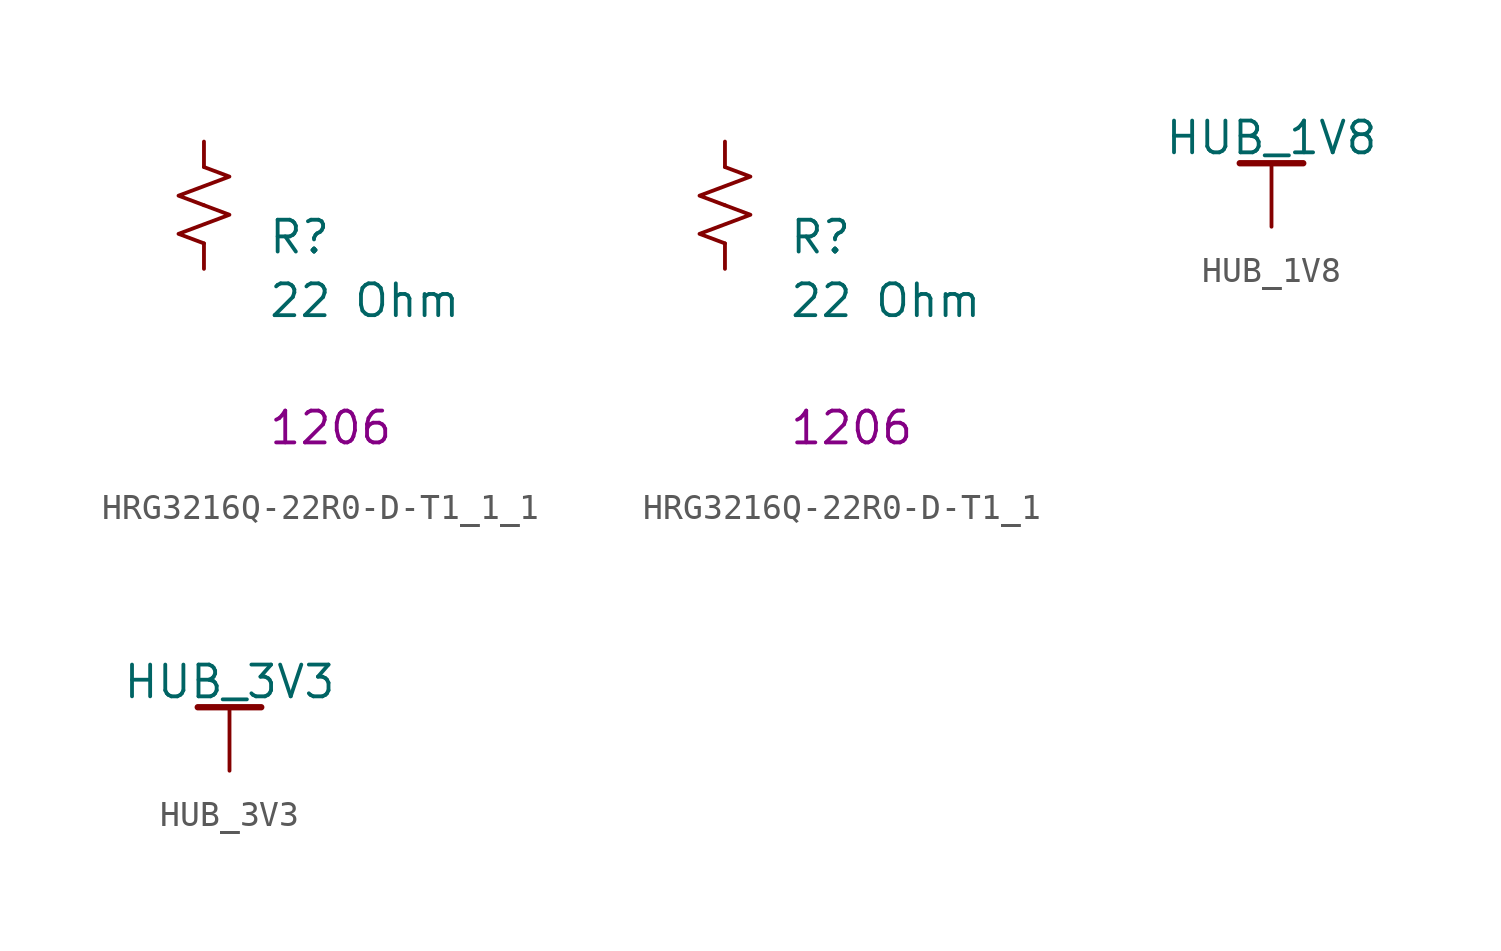
<source format=kicad_sym>
(kicad_symbol_lib
  (version 20231120)
  (generator "kicad_symbol_editor")
  (generator_version "8.0")
  (symbol "HRG3216Q-22R0-D-T1_1_1"
    (pin_numbers hide)
    (pin_names
      (offset 0.254) hide)
    (property "Reference" "R"
      (at 2.54 -1.27 0)
      (effects (font (size 1.27 1.27)) (justify left)))
    (property "Value" "22 Ohm"
      (at 2.54 -3.81 0)
      (effects (font (size 1.27 1.27)) (justify left)))
    (property "Chip Set" "1206"
      (at 2.54 -8.89 0)
      (effects (font (size 1.27 1.27)) (justify left)))
    (symbol "HRG3216Q-22R0-D-T1_1_1_1_1"
      (polyline (pts (xy 0 0) (xy 1.016 -0.381) (xy 0 -0.762) (xy -1.016 -1.143) (xy 0 -1.524)) (stroke (width 0) (type default)) (fill (type none)))
      (polyline (pts (xy 0 1.524) (xy 1.016 1.143) (xy 0 0.762) (xy -1.016 0.381) (xy 0 0)) (stroke (width 0) (type default)) (fill (type none)))
      (pin passive line (at 0 2.54 270) (length 1.016) (name "~" (effects (font (size 1.27 1.27)))) (number "1" (effects (font (size 1.27 1.27)))))
      (pin passive line (at 0 -2.54 90) (length 1.016) (name "~" (effects (font (size 1.27 1.27)))) (number "2" (effects (font (size 1.27 1.27)))))))
  (symbol "HRG3216Q-22R0-D-T1_1"
    (pin_numbers hide)
    (pin_names
      (offset 0.254) hide)
    (property "Reference" "R"
      (at 2.54 -1.27 0)
      (effects (font (size 1.27 1.27)) (justify left)))
    (property "Value" "22 Ohm"
      (at 2.54 -3.81 0)
      (effects (font (size 1.27 1.27)) (justify left)))
    (property "Chip Set" "1206"
      (at 2.54 -8.89 0)
      (effects (font (size 1.27 1.27)) (justify left)))
    (symbol "HRG3216Q-22R0-D-T1_1_1_1"
      (polyline (pts (xy 0 0) (xy 1.016 -0.381) (xy 0 -0.762) (xy -1.016 -1.143) (xy 0 -1.524)) (stroke (width 0) (type default)) (fill (type none)))
      (polyline (pts (xy 0 1.524) (xy 1.016 1.143) (xy 0 0.762) (xy -1.016 0.381) (xy 0 0)) (stroke (width 0) (type default)) (fill (type none)))
      (pin passive line (at 0 2.54 270) (length 1.016) (name "~" (effects (font (size 1.27 1.27)))) (number "1" (effects (font (size 1.27 1.27)))))
      (pin passive line (at 0 -2.54 90) (length 1.016) (name "~" (effects (font (size 1.27 1.27)))) (number "2" (effects (font (size 1.27 1.27)))))))
  (symbol "HUB_1V8"
    (power)
    (pin_names
      (offset 0))
    (property "Reference" "#PWR"
      (at -3.81 -3.81 0)
      (effects (font (size 1.27 1.27)) (hide yes)))
    (property "Value" "HUB_1V8"
      (at 0 3.556 0)
      (effects (font (size 1.27 1.27))))
    (symbol "HUB_1V8_0_1"
      (polyline (pts (xy 0 2.54) (xy 0 0)) (stroke (width 0) (type solid)) (fill (type none)))
      (polyline (pts (xy 1.27 2.54) (xy -1.27 2.54)) (stroke (width 0.254) (type solid)) (fill (type none))))
    (symbol "HUB_1V8_1_1"
      (pin power_in line (at 0 0 90) (length 0) hide (name "HUB_1V8" (effects (font (size 1.27 1.27)))) (number "1" (effects (font (size 1.27 1.27)))))))
  (symbol "HUB_3V3"
    (power)
    (pin_names
      (offset 0))
    (property "Reference" "#PWR"
      (at 0 -3.81 0)
      (effects (font (size 1.27 1.27)) (hide yes)))
    (property "Value" "HUB_3V3"
      (at 0 3.556 0)
      (effects (font (size 1.27 1.27))))
    (symbol "HUB_3V3_0_1"
      (polyline (pts (xy 0 2.54) (xy 0 0)) (stroke (width 0) (type solid)) (fill (type none)))
      (polyline (pts (xy 1.27 2.54) (xy -1.27 2.54)) (stroke (width 0.254) (type solid)) (fill (type none))))
    (symbol "HUB_3V3_1_1"
      (pin power_in line (at 0 0 90) (length 0) hide (name "+HUB_3v3" (effects (font (size 1.27 1.27)))) (number "1" (effects (font (size 1.27 1.27))))))))
</source>
